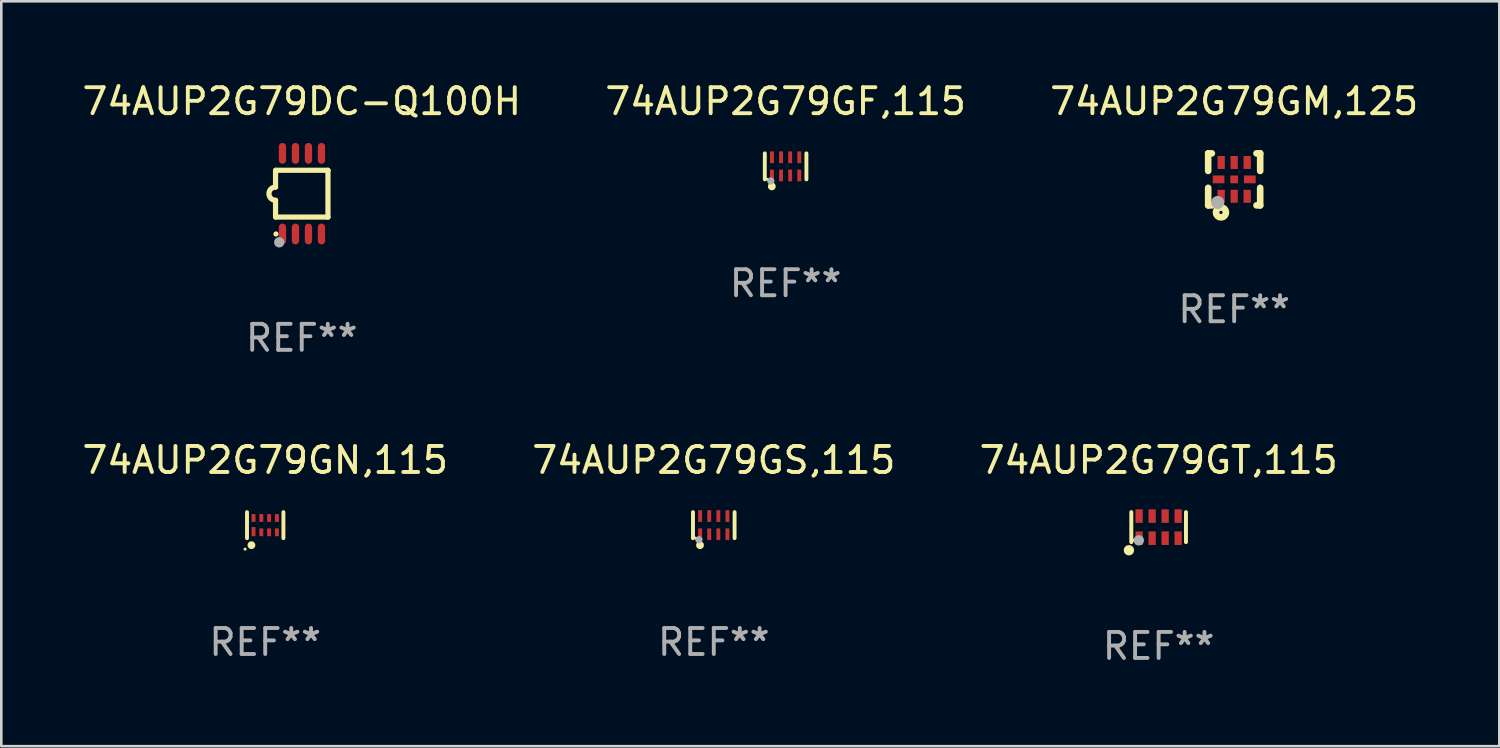
<source format=kicad_pcb>
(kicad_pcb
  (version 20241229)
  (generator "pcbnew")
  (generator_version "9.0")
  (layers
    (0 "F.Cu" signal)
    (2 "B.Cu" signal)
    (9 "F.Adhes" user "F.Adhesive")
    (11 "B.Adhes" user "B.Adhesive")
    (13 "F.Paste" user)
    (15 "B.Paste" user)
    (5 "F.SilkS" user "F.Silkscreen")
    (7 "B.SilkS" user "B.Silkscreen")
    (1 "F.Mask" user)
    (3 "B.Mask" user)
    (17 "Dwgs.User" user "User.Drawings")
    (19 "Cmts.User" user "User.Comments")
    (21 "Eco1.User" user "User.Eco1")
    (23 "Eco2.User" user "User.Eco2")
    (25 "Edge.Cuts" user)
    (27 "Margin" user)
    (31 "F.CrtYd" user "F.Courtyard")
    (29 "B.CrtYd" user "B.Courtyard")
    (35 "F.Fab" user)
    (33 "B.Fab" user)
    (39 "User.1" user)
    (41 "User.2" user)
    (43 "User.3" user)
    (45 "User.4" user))
  (footprint "74AUP2G79GT,115"
    (layer "F.Cu")
    (at 41.506 17.221)
    (property "Reference" "74AUP2G79GT,115" (at 0 -2.576 0) (layer "F.SilkS") (effects (font (size 1 1) (thickness 0.15))))
    (attr through_hole)
    (fp_line (start -1.051 0.576) (end -1.051 -0.576) (stroke (width 0.152) (type solid)) (layer "F.SilkS"))
    (fp_line (start 1.051 -0.576) (end 1.051 0.576) (stroke (width 0.152) (type solid)) (layer "F.SilkS"))
    (fp_circle (center -1.143 0.889) (end -1.043 0.889) (stroke (width 0.2) (type solid)) (fill no) (layer "F.SilkS"))
    (fp_circle (center -0.975 0.5) (end -0.945 0.5) (stroke (width 0.06) (type solid)) (fill no) (layer "F.SilkS"))
    (fp_circle (center -0.762 0.508) (end -0.662 0.508) (stroke (width 0.2) (type solid)) (fill no) (layer "F.Fab"))
    (fp_text user "REF**" (at 0 4.576 0) (layer "F.Fab") (effects (font (size 1 1) (thickness 0.15))))
    (pad "1" smd rect (at -0.75 0.425) (size 0.28 0.521) (layers "F.Cu" "F.Mask" "F.Paste"))
    (pad "2" smd rect (at -0.25 0.425) (size 0.28 0.521) (layers "F.Cu" "F.Mask" "F.Paste"))
    (pad "3" smd rect (at 0.25 0.425) (size 0.28 0.521) (layers "F.Cu" "F.Mask" "F.Paste"))
    (pad "4" smd rect (at 0.75 0.425) (size 0.28 0.521) (layers "F.Cu" "F.Mask" "F.Paste"))
    (pad "5" smd rect (at 0.75 -0.425) (size 0.28 0.521) (layers "F.Cu" "F.Mask" "F.Paste"))
    (pad "6" smd rect (at 0.25 -0.425) (size 0.28 0.521) (layers "F.Cu" "F.Mask" "F.Paste"))
    (pad "7" smd rect (at -0.25 -0.425) (size 0.28 0.521) (layers "F.Cu" "F.Mask" "F.Paste"))
    (pad "8" smd rect (at -0.75 -0.425) (size 0.28 0.521) (layers "F.Cu" "F.Mask" "F.Paste")))
  (footprint "74AUP2G79GN,115"
    (layer "F.Cu")
    (at 7.149 17.145)
    (property "Reference" "74AUP2G79GN,115" (at 0 -2.5 0) (layer "F.SilkS") (effects (font (size 1 1) (thickness 0.15))))
    (attr through_hole)
    (fp_line (start -0.7 -0.5) (end -0.7 0.5) (stroke (width 0.15) (type solid)) (layer "F.SilkS"))
    (fp_line (start 0.7 -0.5) (end 0.7 0.5) (stroke (width 0.15) (type solid)) (layer "F.SilkS"))
    (fp_circle (center -0.775 0.922) (end -0.745 0.922) (stroke (width 0.06) (type solid)) (fill no) (layer "F.SilkS"))
    (fp_circle (center -0.53 0.77) (end -0.454 0.77) (stroke (width 0.15) (type solid)) (fill no) (layer "F.SilkS"))
    (fp_text user "REF**" (at 0 4.5 0) (layer "F.Fab") (effects (font (size 1 1) (thickness 0.15))))
    (pad "1" smd rect (at -0.45 0.25) (size 0.15 0.35) (layers "F.Cu" "F.Mask" "F.Paste"))
    (pad "2" smd rect (at -0.15 0.275) (size 0.15 0.3) (layers "F.Cu" "F.Mask" "F.Paste"))
    (pad "3" smd rect (at 0.15 0.275) (size 0.15 0.3) (layers "F.Cu" "F.Mask" "F.Paste"))
    (pad "4" smd rect (at 0.45 0.275) (size 0.15 0.3) (layers "F.Cu" "F.Mask" "F.Paste"))
    (pad "5" smd rect (at 0.45 -0.275) (size 0.15 0.3) (layers "F.Cu" "F.Mask" "F.Paste"))
    (pad "6" smd rect (at 0.15 -0.275) (size 0.15 0.3) (layers "F.Cu" "F.Mask" "F.Paste"))
    (pad "7" smd rect (at -0.15 -0.275) (size 0.15 0.3) (layers "F.Cu" "F.Mask" "F.Paste"))
    (pad "8" smd rect (at -0.45 -0.275) (size 0.15 0.3) (layers "F.Cu" "F.Mask" "F.Paste")))
  (footprint "74AUP2G79GS,115"
    (layer "F.Cu")
    (at 24.399 17.145)
    (property "Reference" "74AUP2G79GS,115" (at 0 -2.5 0) (layer "F.SilkS") (effects (font (size 1 1) (thickness 0.15))))
    (attr through_hole)
    (fp_line (start -0.8 -0.5) (end -0.8 0.5) (stroke (width 0.15) (type solid)) (layer "F.SilkS"))
    (fp_line (start 0.8 -0.5) (end 0.8 0.5) (stroke (width 0.15) (type solid)) (layer "F.SilkS"))
    (fp_circle (center -0.7 0.5) (end -0.67 0.5) (stroke (width 0.06) (type solid)) (fill no) (layer "F.SilkS"))
    (fp_circle (center -0.53 0.77) (end -0.454 0.77) (stroke (width 0.15) (type solid)) (fill no) (layer "F.SilkS"))
    (fp_circle (center -0.57 0.56) (end -0.5 0.56) (stroke (width 0.14) (type solid)) (fill no) (layer "F.Fab"))
    (fp_text user "REF**" (at 0 4.5 0) (layer "F.Fab") (effects (font (size 1 1) (thickness 0.15))))
    (pad "1" smd rect (at -0.525 0.35) (size 0.15 0.45) (layers "F.Cu" "F.Mask" "F.Paste"))
    (pad "2" smd rect (at -0.175 0.35) (size 0.15 0.45) (layers "F.Cu" "F.Mask" "F.Paste"))
    (pad "3" smd rect (at 0.175 0.35) (size 0.15 0.45) (layers "F.Cu" "F.Mask" "F.Paste"))
    (pad "4" smd rect (at 0.525 0.35) (size 0.15 0.45) (layers "F.Cu" "F.Mask" "F.Paste"))
    (pad "5" smd rect (at 0.525 -0.35) (size 0.15 0.45) (layers "F.Cu" "F.Mask" "F.Paste"))
    (pad "6" smd rect (at 0.175 -0.35) (size 0.15 0.45) (layers "F.Cu" "F.Mask" "F.Paste"))
    (pad "7" smd rect (at -0.175 -0.35) (size 0.15 0.45) (layers "F.Cu" "F.Mask" "F.Paste"))
    (pad "8" smd rect (at -0.525 -0.35) (size 0.15 0.45) (layers "F.Cu" "F.Mask" "F.Paste")))
  (footprint "74AUP2G79GM,125"
    (layer "F.Cu")
    (at 44.411 3.848)
    (property "Reference" "74AUP2G79GM,125" (at 0 -3 0) (layer "F.SilkS") (effects (font (size 1 1) (thickness 0.15))))
    (attr through_hole)
    (fp_line (start -1 -1) (end -0.858 -1) (stroke (width 0.254) (type solid)) (layer "F.SilkS"))
    (fp_line (start -1 -0.325) (end -1 -1) (stroke (width 0.254) (type solid)) (layer "F.SilkS"))
    (fp_line (start -1 1) (end -1 0.325) (stroke (width 0.254) (type solid)) (layer "F.SilkS"))
    (fp_line (start -0.858 1) (end -1 1) (stroke (width 0.254) (type solid)) (layer "F.SilkS"))
    (fp_line (start 0.858 -1) (end 1 -1) (stroke (width 0.254) (type solid)) (layer "F.SilkS"))
    (fp_line (start 1 -1) (end 1 -0.325) (stroke (width 0.254) (type solid)) (layer "F.SilkS"))
    (fp_line (start 1 0.325) (end 1 1) (stroke (width 0.254) (type solid)) (layer "F.SilkS"))
    (fp_line (start 1 1) (end 0.858 1) (stroke (width 0.254) (type solid)) (layer "F.SilkS"))
    (fp_circle (center -0.8 0.8) (end -0.77 0.8) (stroke (width 0.06) (type solid)) (fill no) (layer "F.SilkS"))
    (fp_circle (center -0.508 1.27) (end -0.444 1.27) (stroke (width 0.254) (type solid)) (fill no) (layer "F.SilkS"))
    (fp_circle (center -0.635 0.889) (end -0.508 0.889) (stroke (width 0.254) (type solid)) (fill no) (layer "F.Fab"))
    (fp_text user "REF**" (at 0 5 0) (layer "F.Fab") (effects (font (size 1 1) (thickness 0.15))))
    (pad "1" smd rect (at -0.5 0.65 90) (size 0.5 0.28) (layers "F.Cu" "F.Mask" "F.Paste"))
    (pad "2" smd rect (at 0.000013 0.65 90) (size 0.5 0.28) (layers "F.Cu" "F.Mask" "F.Paste"))
    (pad "3" smd rect (at 0.5 0.65 90) (size 0.5 0.28) (layers "F.Cu" "F.Mask" "F.Paste"))
    (pad "4" smd rect (at 0.6 0.000076 180) (size 0.45 0.3) (layers "F.Cu" "F.Mask" "F.Paste"))
    (pad "5" smd rect (at 0.5 -0.65 90) (size 0.5 0.28) (layers "F.Cu" "F.Mask" "F.Paste"))
    (pad "6" smd rect (at 0.000013 -0.65 90) (size 0.5 0.28) (layers "F.Cu" "F.Mask" "F.Paste"))
    (pad "7" smd rect (at -0.5 -0.65 90) (size 0.5 0.28) (layers "F.Cu" "F.Mask" "F.Paste"))
    (pad "8" smd rect (at -0.6 0.000076 180) (size 0.45 0.3) (layers "F.Cu" "F.Mask" "F.Paste"))
    (pad "9" smd rect (at 0.000013 0.000076 180) (size 0.3 0.3) (layers "F.Cu" "F.Mask" "F.Paste")))
  (footprint "74AUP2G79GF,115"
    (layer "F.Cu")
    (at 27.161 3.348)
    (property "Reference" "74AUP2G79GF,115" (at 0 -2.5 0) (layer "F.SilkS") (effects (font (size 1 1) (thickness 0.15))))
    (attr through_hole)
    (fp_line (start -0.8 -0.5) (end -0.8 0.5) (stroke (width 0.15) (type solid)) (layer "F.SilkS"))
    (fp_line (start 0.8 -0.5) (end 0.8 0.5) (stroke (width 0.15) (type solid)) (layer "F.SilkS"))
    (fp_circle (center -0.7 0.5) (end -0.67 0.5) (stroke (width 0.06) (type solid)) (fill no) (layer "F.SilkS"))
    (fp_circle (center -0.53 0.77) (end -0.454 0.77) (stroke (width 0.15) (type solid)) (fill no) (layer "F.SilkS"))
    (fp_circle (center -0.57 0.56) (end -0.5 0.56) (stroke (width 0.14) (type solid)) (fill no) (layer "F.Fab"))
    (fp_text user "REF**" (at 0 4.5 0) (layer "F.Fab") (effects (font (size 1 1) (thickness 0.15))))
    (pad "1" smd rect (at -0.525 0.35) (size 0.15 0.45) (layers "F.Cu" "F.Mask" "F.Paste"))
    (pad "2" smd rect (at -0.175 0.35) (size 0.15 0.45) (layers "F.Cu" "F.Mask" "F.Paste"))
    (pad "3" smd rect (at 0.175 0.35) (size 0.15 0.45) (layers "F.Cu" "F.Mask" "F.Paste"))
    (pad "4" smd rect (at 0.525 0.35) (size 0.15 0.45) (layers "F.Cu" "F.Mask" "F.Paste"))
    (pad "5" smd rect (at 0.525 -0.35) (size 0.15 0.45) (layers "F.Cu" "F.Mask" "F.Paste"))
    (pad "6" smd rect (at 0.175 -0.35) (size 0.15 0.45) (layers "F.Cu" "F.Mask" "F.Paste"))
    (pad "7" smd rect (at -0.175 -0.35) (size 0.15 0.45) (layers "F.Cu" "F.Mask" "F.Paste"))
    (pad "8" smd rect (at -0.525 -0.35) (size 0.15 0.45) (layers "F.Cu" "F.Mask" "F.Paste")))
  (footprint "74AUP2G79DC-Q100H"
    (layer "F.Cu")
    (at 8.554 4.398)
    (property "Reference" "74AUP2G79DC-Q100H" (at 0 -3.55 0) (layer "F.SilkS") (effects (font (size 1 1) (thickness 0.15))))
    (attr through_hole)
    (fp_line (start -1.008 -0.254) (end -1.008 -0.9) (stroke (width 0.2) (type solid)) (layer "F.SilkS"))
    (fp_line (start -1.008 0.254) (end -1.008 0.9) (stroke (width 0.2) (type solid)) (layer "F.SilkS"))
    (fp_line (start -0.992 0.9) (end 1.008 0.9) (stroke (width 0.2) (type solid)) (layer "F.SilkS"))
    (fp_line (start 1.008 -0.9) (end -0.992 -0.9) (stroke (width 0.2) (type solid)) (layer "F.SilkS"))
    (fp_line (start 1.008 0.9) (end 1.008 -0.9) (stroke (width 0.2) (type solid)) (layer "F.SilkS"))
    (fp_arc (start -1.008001 0.254001) (mid -1.262002 0) (end -1.008001 -0.254001) (stroke (width 0.2) (type solid)) (layer "F.SilkS"))
    (fp_circle (center -0.992 1.55) (end -0.942 1.55) (stroke (width 0.1) (type solid)) (fill no) (layer "F.SilkS"))
    (fp_circle (center -0.866 1.87) (end -0.766 1.87) (stroke (width 0.2) (type solid)) (fill no) (layer "F.Fab"))
    (fp_text user "REF**" (at 0 5.55 0) (layer "F.Fab") (effects (font (size 1 1) (thickness 0.15))))
    (pad "1" smd oval (at -0.742 1.55 270) (size 0.8 0.28) (layers "F.Cu" "F.Mask" "F.Paste"))
    (pad "2" smd oval (at -0.242 1.55 270) (size 0.8 0.28) (layers "F.Cu" "F.Mask" "F.Paste"))
    (pad "3" smd oval (at 0.258 1.55 270) (size 0.8 0.28) (layers "F.Cu" "F.Mask" "F.Paste"))
    (pad "4" smd oval (at 0.758 1.55 270) (size 0.8 0.28) (layers "F.Cu" "F.Mask" "F.Paste"))
    (pad "5" smd oval (at 0.758 -1.55 270) (size 0.8 0.28) (layers "F.Cu" "F.Mask" "F.Paste"))
    (pad "6" smd oval (at 0.258 -1.55 270) (size 0.8 0.28) (layers "F.Cu" "F.Mask" "F.Paste"))
    (pad "7" smd oval (at -0.242 -1.55 270) (size 0.8 0.28) (layers "F.Cu" "F.Mask" "F.Paste"))
    (pad "8" smd oval (at -0.742 -1.55 270) (size 0.8 0.28) (layers "F.Cu" "F.Mask" "F.Paste")))
  (gr_rect
    (start -3 -3)
    (end 54.607 25.645)
    (stroke (width 0.1) (type default))
    (fill no)
    (layer "Edge.Cuts")))
</source>
